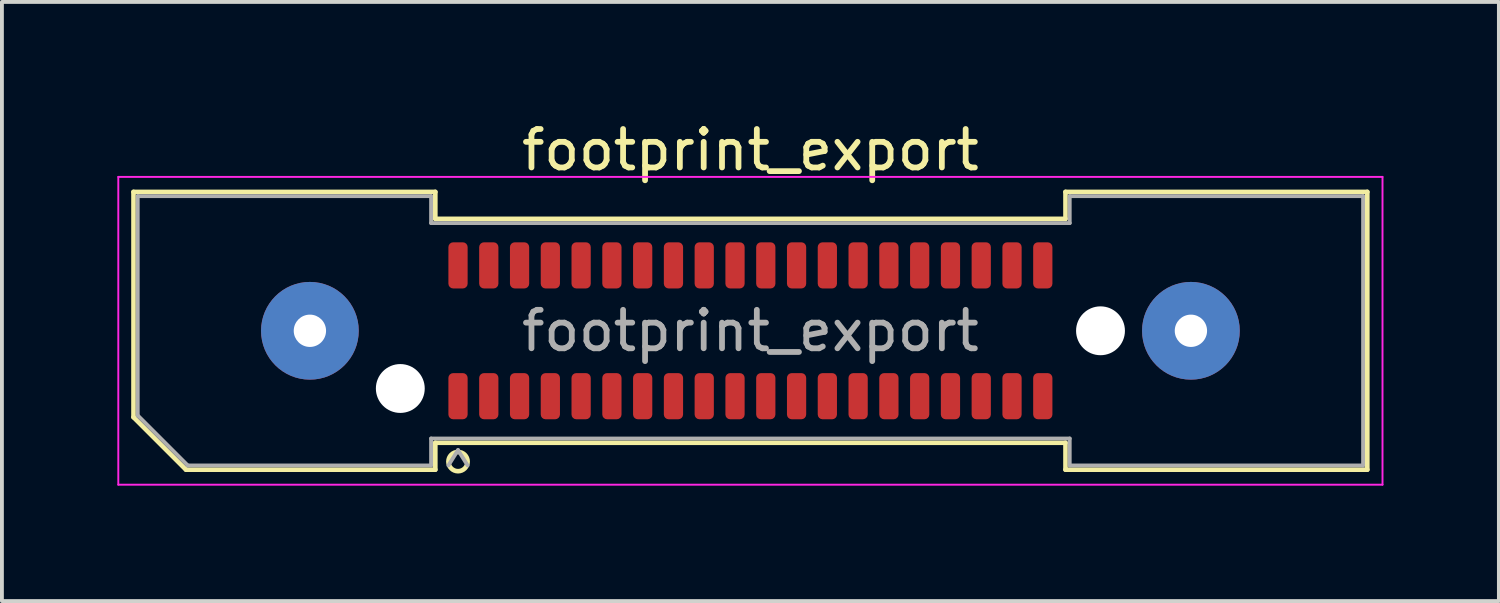
<source format=kicad_pcb>
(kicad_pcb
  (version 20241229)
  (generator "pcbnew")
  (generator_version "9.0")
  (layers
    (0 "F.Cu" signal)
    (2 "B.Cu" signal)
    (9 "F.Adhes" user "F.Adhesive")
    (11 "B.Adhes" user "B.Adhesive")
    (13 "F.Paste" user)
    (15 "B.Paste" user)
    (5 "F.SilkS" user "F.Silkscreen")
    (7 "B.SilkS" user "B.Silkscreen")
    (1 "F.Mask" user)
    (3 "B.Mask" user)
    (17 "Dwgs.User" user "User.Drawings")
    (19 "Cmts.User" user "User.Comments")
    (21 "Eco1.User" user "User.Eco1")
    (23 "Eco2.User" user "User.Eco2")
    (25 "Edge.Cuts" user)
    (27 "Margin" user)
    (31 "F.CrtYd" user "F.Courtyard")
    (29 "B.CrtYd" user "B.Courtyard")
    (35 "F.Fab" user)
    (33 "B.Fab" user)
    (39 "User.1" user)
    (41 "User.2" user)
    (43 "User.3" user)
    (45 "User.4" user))
  (footprint "footprint_export"
    (layer "F.Cu")
    (at 16.455 5.548)
    (property "Reference" "footprint_export" (at 0 -4.7 0) (layer "F.SilkS") (effects (font (size 1 1) (thickness 0.15))))
    (attr smd)
    (fp_line (start -16.035 -3.61) (end -8.19 -3.61) (stroke (width 0.12) (type solid)) (layer "F.SilkS"))
    (fp_line (start -16.035 2.246) (end -16.035 -3.61) (stroke (width 0.12) (type solid)) (layer "F.SilkS"))
    (fp_line (start -14.671 3.61) (end -16.035 2.246) (stroke (width 0.12) (type solid)) (layer "F.SilkS"))
    (fp_line (start -8.19 -3.61) (end -8.19 -2.91) (stroke (width 0.12) (type solid)) (layer "F.SilkS"))
    (fp_line (start -8.19 -2.91) (end 8.19 -2.91) (stroke (width 0.12) (type solid)) (layer "F.SilkS"))
    (fp_line (start -8.19 2.91) (end -8.19 3.61) (stroke (width 0.12) (type solid)) (layer "F.SilkS"))
    (fp_line (start -8.19 3.61) (end -14.671 3.61) (stroke (width 0.12) (type solid)) (layer "F.SilkS"))
    (fp_line (start 8.19 -3.61) (end 16.035 -3.61) (stroke (width 0.12) (type solid)) (layer "F.SilkS"))
    (fp_line (start 8.19 -2.91) (end 8.19 -3.61) (stroke (width 0.12) (type solid)) (layer "F.SilkS"))
    (fp_line (start 8.19 2.91) (end -8.19 2.91) (stroke (width 0.12) (type solid)) (layer "F.SilkS"))
    (fp_line (start 8.19 3.61) (end 8.19 2.91) (stroke (width 0.12) (type solid)) (layer "F.SilkS"))
    (fp_line (start 16.035 -3.61) (end 16.035 3.61) (stroke (width 0.12) (type solid)) (layer "F.SilkS"))
    (fp_line (start 16.035 3.61) (end 8.19 3.61) (stroke (width 0.12) (type solid)) (layer "F.SilkS"))
    (fp_circle (center -7.6 3.4) (end -7.35 3.4) (stroke (width 0.12) (type solid)) (fill no) (layer "F.SilkS"))
    (fp_line (start -16.43 -4) (end -16.43 4) (stroke (width 0.05) (type solid)) (layer "F.CrtYd"))
    (fp_line (start -16.43 4) (end 16.43 4) (stroke (width 0.05) (type solid)) (layer "F.CrtYd"))
    (fp_line (start 16.43 -4) (end -16.43 -4) (stroke (width 0.05) (type solid)) (layer "F.CrtYd"))
    (fp_line (start 16.43 4) (end 16.43 -4) (stroke (width 0.05) (type solid)) (layer "F.CrtYd"))
    (fp_line (start -15.925 -3.5) (end -8.3 -3.5) (stroke (width 0.1) (type solid)) (layer "F.Fab"))
    (fp_line (start -15.925 2.2) (end -15.925 -3.5) (stroke (width 0.1) (type solid)) (layer "F.Fab"))
    (fp_line (start -14.625 3.5) (end -15.925 2.2) (stroke (width 0.1) (type solid)) (layer "F.Fab"))
    (fp_line (start -8.3 -3.5) (end -8.3 -2.8) (stroke (width 0.1) (type solid)) (layer "F.Fab"))
    (fp_line (start -8.3 -2.8) (end 8.3 -2.8) (stroke (width 0.1) (type solid)) (layer "F.Fab"))
    (fp_line (start -8.3 2.8) (end -8.3 3.5) (stroke (width 0.1) (type solid)) (layer "F.Fab"))
    (fp_line (start -8.3 3.5) (end -14.625 3.5) (stroke (width 0.1) (type solid)) (layer "F.Fab"))
    (fp_line (start -7.6 3.1) (end -7.85 3.5) (stroke (width 0.1) (type solid)) (layer "F.Fab"))
    (fp_line (start -7.6 3.1) (end -7.35 3.5) (stroke (width 0.1) (type solid)) (layer "F.Fab"))
    (fp_line (start 8.3 -3.5) (end 15.925 -3.5) (stroke (width 0.1) (type solid)) (layer "F.Fab"))
    (fp_line (start 8.3 -2.8) (end 8.3 -3.5) (stroke (width 0.1) (type solid)) (layer "F.Fab"))
    (fp_line (start 8.3 2.8) (end -8.3 2.8) (stroke (width 0.1) (type solid)) (layer "F.Fab"))
    (fp_line (start 8.3 3.5) (end 8.3 2.8) (stroke (width 0.1) (type solid)) (layer "F.Fab"))
    (fp_line (start 15.925 -3.5) (end 15.925 3.5) (stroke (width 0.1) (type solid)) (layer "F.Fab"))
    (fp_line (start 15.925 3.5) (end 8.3 3.5) (stroke (width 0.1) (type solid)) (layer "F.Fab"))
    (fp_text user "${REFERENCE}" (at 0 0 0) (layer "F.Fab") (effects (font (size 1 1) (thickness 0.15))))
    (pad "" thru_hole circle (at -11.45 0) (size 2.54 2.54) (drill 0.84) (layers "*.Cu" "*.Mask" "F.Paste"))
    (pad "" np_thru_hole circle (at -9.1 1.5) (size 1.27 1.27) (drill 1.27) (layers "*.Cu" "*.Mask"))
    (pad "" np_thru_hole circle (at 9.1 0) (size 1.27 1.27) (drill 1.27) (layers "*.Cu" "*.Mask"))
    (pad "" thru_hole circle (at 11.45 0) (size 2.54 2.54) (drill 0.84) (layers "*.Cu" "*.Mask" "F.Paste"))
    (pad "1" smd roundrect (at -7.6 1.7) (size 0.5 1.2) (layers "F.Cu" "F.Mask" "F.Paste") (roundrect_rratio 0.25))
    (pad "2" smd roundrect (at -7.6 -1.7) (size 0.5 1.2) (layers "F.Cu" "F.Mask" "F.Paste") (roundrect_rratio 0.25))
    (pad "3" smd roundrect (at -6.8 1.7) (size 0.5 1.2) (layers "F.Cu" "F.Mask" "F.Paste") (roundrect_rratio 0.25))
    (pad "4" smd roundrect (at -6.8 -1.7) (size 0.5 1.2) (layers "F.Cu" "F.Mask" "F.Paste") (roundrect_rratio 0.25))
    (pad "5" smd roundrect (at -6 1.7) (size 0.5 1.2) (layers "F.Cu" "F.Mask" "F.Paste") (roundrect_rratio 0.25))
    (pad "6" smd roundrect (at -6 -1.7) (size 0.5 1.2) (layers "F.Cu" "F.Mask" "F.Paste") (roundrect_rratio 0.25))
    (pad "7" smd roundrect (at -5.2 1.7) (size 0.5 1.2) (layers "F.Cu" "F.Mask" "F.Paste") (roundrect_rratio 0.25))
    (pad "8" smd roundrect (at -5.2 -1.7) (size 0.5 1.2) (layers "F.Cu" "F.Mask" "F.Paste") (roundrect_rratio 0.25))
    (pad "9" smd roundrect (at -4.4 1.7) (size 0.5 1.2) (layers "F.Cu" "F.Mask" "F.Paste") (roundrect_rratio 0.25))
    (pad "10" smd roundrect (at -4.4 -1.7) (size 0.5 1.2) (layers "F.Cu" "F.Mask" "F.Paste") (roundrect_rratio 0.25))
    (pad "11" smd roundrect (at -3.6 1.7) (size 0.5 1.2) (layers "F.Cu" "F.Mask" "F.Paste") (roundrect_rratio 0.25))
    (pad "12" smd roundrect (at -3.6 -1.7) (size 0.5 1.2) (layers "F.Cu" "F.Mask" "F.Paste") (roundrect_rratio 0.25))
    (pad "13" smd roundrect (at -2.8 1.7) (size 0.5 1.2) (layers "F.Cu" "F.Mask" "F.Paste") (roundrect_rratio 0.25))
    (pad "14" smd roundrect (at -2.8 -1.7) (size 0.5 1.2) (layers "F.Cu" "F.Mask" "F.Paste") (roundrect_rratio 0.25))
    (pad "15" smd roundrect (at -2 1.7) (size 0.5 1.2) (layers "F.Cu" "F.Mask" "F.Paste") (roundrect_rratio 0.25))
    (pad "16" smd roundrect (at -2 -1.7) (size 0.5 1.2) (layers "F.Cu" "F.Mask" "F.Paste") (roundrect_rratio 0.25))
    (pad "17" smd roundrect (at -1.2 1.7) (size 0.5 1.2) (layers "F.Cu" "F.Mask" "F.Paste") (roundrect_rratio 0.25))
    (pad "18" smd roundrect (at -1.2 -1.7) (size 0.5 1.2) (layers "F.Cu" "F.Mask" "F.Paste") (roundrect_rratio 0.25))
    (pad "19" smd roundrect (at -0.4 1.7) (size 0.5 1.2) (layers "F.Cu" "F.Mask" "F.Paste") (roundrect_rratio 0.25))
    (pad "20" smd roundrect (at -0.4 -1.7) (size 0.5 1.2) (layers "F.Cu" "F.Mask" "F.Paste") (roundrect_rratio 0.25))
    (pad "21" smd roundrect (at 0.4 1.7) (size 0.5 1.2) (layers "F.Cu" "F.Mask" "F.Paste") (roundrect_rratio 0.25))
    (pad "22" smd roundrect (at 0.4 -1.7) (size 0.5 1.2) (layers "F.Cu" "F.Mask" "F.Paste") (roundrect_rratio 0.25))
    (pad "23" smd roundrect (at 1.2 1.7) (size 0.5 1.2) (layers "F.Cu" "F.Mask" "F.Paste") (roundrect_rratio 0.25))
    (pad "24" smd roundrect (at 1.2 -1.7) (size 0.5 1.2) (layers "F.Cu" "F.Mask" "F.Paste") (roundrect_rratio 0.25))
    (pad "25" smd roundrect (at 2 1.7) (size 0.5 1.2) (layers "F.Cu" "F.Mask" "F.Paste") (roundrect_rratio 0.25))
    (pad "26" smd roundrect (at 2 -1.7) (size 0.5 1.2) (layers "F.Cu" "F.Mask" "F.Paste") (roundrect_rratio 0.25))
    (pad "27" smd roundrect (at 2.8 1.7) (size 0.5 1.2) (layers "F.Cu" "F.Mask" "F.Paste") (roundrect_rratio 0.25))
    (pad "28" smd roundrect (at 2.8 -1.7) (size 0.5 1.2) (layers "F.Cu" "F.Mask" "F.Paste") (roundrect_rratio 0.25))
    (pad "29" smd roundrect (at 3.6 1.7) (size 0.5 1.2) (layers "F.Cu" "F.Mask" "F.Paste") (roundrect_rratio 0.25))
    (pad "30" smd roundrect (at 3.6 -1.7) (size 0.5 1.2) (layers "F.Cu" "F.Mask" "F.Paste") (roundrect_rratio 0.25))
    (pad "31" smd roundrect (at 4.4 1.7) (size 0.5 1.2) (layers "F.Cu" "F.Mask" "F.Paste") (roundrect_rratio 0.25))
    (pad "32" smd roundrect (at 4.4 -1.7) (size 0.5 1.2) (layers "F.Cu" "F.Mask" "F.Paste") (roundrect_rratio 0.25))
    (pad "33" smd roundrect (at 5.2 1.7) (size 0.5 1.2) (layers "F.Cu" "F.Mask" "F.Paste") (roundrect_rratio 0.25))
    (pad "34" smd roundrect (at 5.2 -1.7) (size 0.5 1.2) (layers "F.Cu" "F.Mask" "F.Paste") (roundrect_rratio 0.25))
    (pad "35" smd roundrect (at 6 1.7) (size 0.5 1.2) (layers "F.Cu" "F.Mask" "F.Paste") (roundrect_rratio 0.25))
    (pad "36" smd roundrect (at 6 -1.7) (size 0.5 1.2) (layers "F.Cu" "F.Mask" "F.Paste") (roundrect_rratio 0.25))
    (pad "37" smd roundrect (at 6.8 1.7) (size 0.5 1.2) (layers "F.Cu" "F.Mask" "F.Paste") (roundrect_rratio 0.25))
    (pad "38" smd roundrect (at 6.8 -1.7) (size 0.5 1.2) (layers "F.Cu" "F.Mask" "F.Paste") (roundrect_rratio 0.25))
    (pad "39" smd roundrect (at 7.6 1.7) (size 0.5 1.2) (layers "F.Cu" "F.Mask" "F.Paste") (roundrect_rratio 0.25))
    (pad "40" smd roundrect (at 7.6 -1.7) (size 0.5 1.2) (layers "F.Cu" "F.Mask" "F.Paste") (roundrect_rratio 0.25)))
  (gr_rect
    (start -3 -3)
    (end 35.91 12.573)
    (stroke (width 0.1) (type default))
    (fill no)
    (layer "Edge.Cuts")))
</source>
